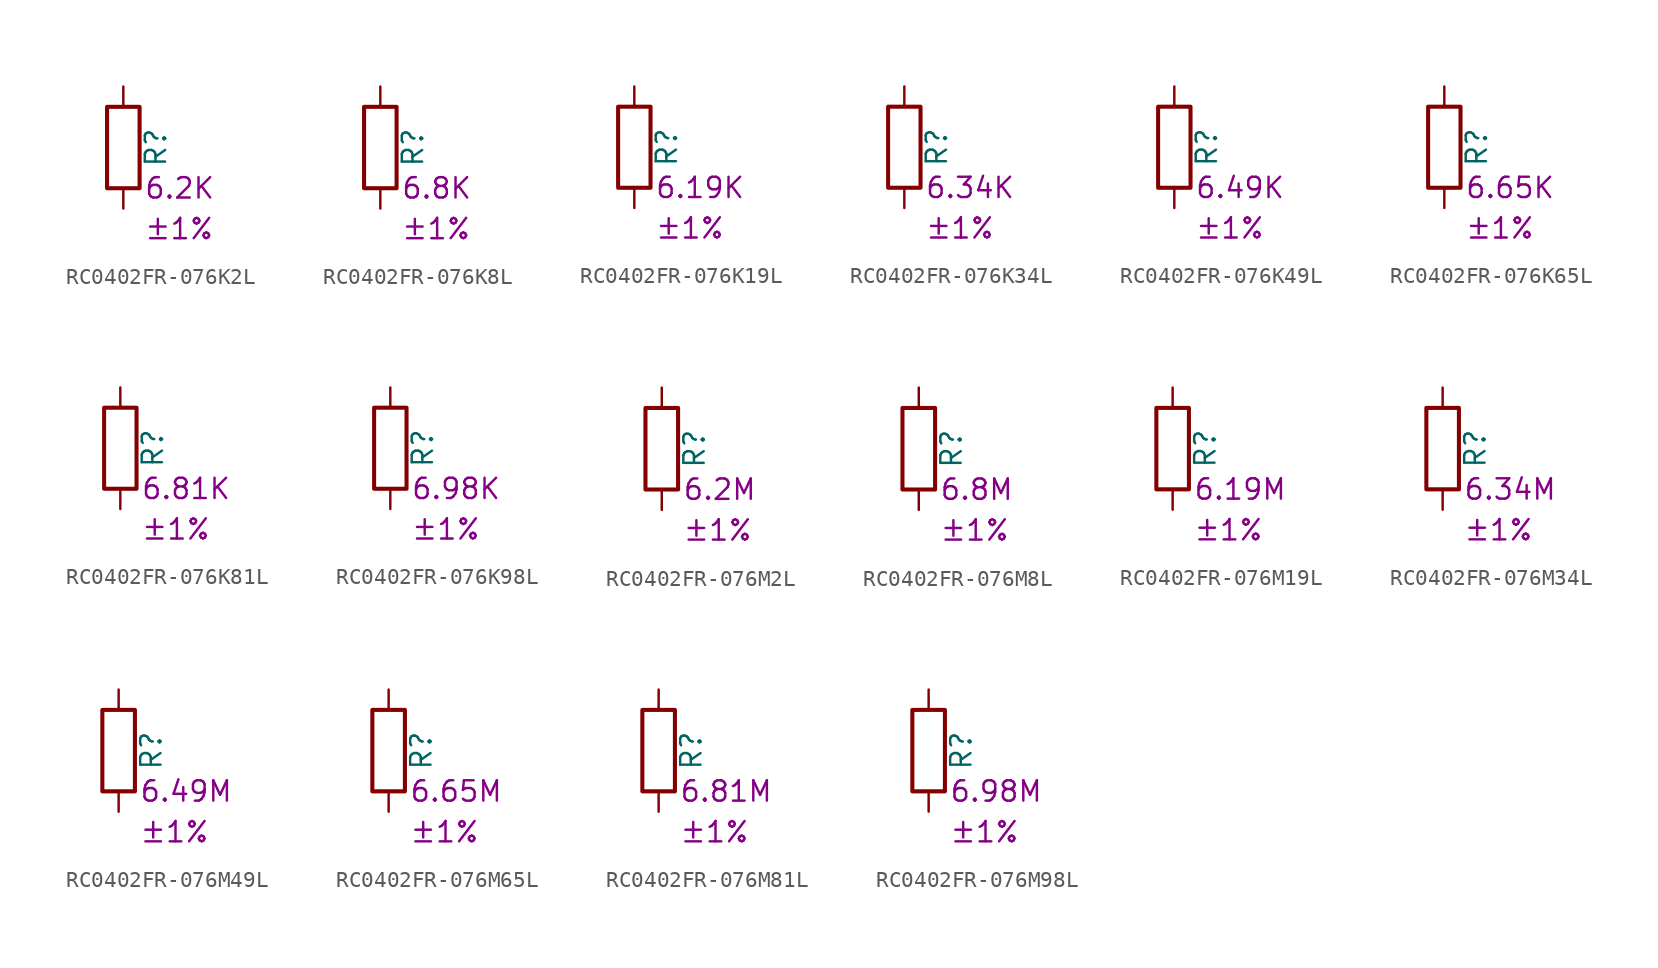
<source format=kicad_sym>
(kicad_symbol_lib
  (version 20220914)
  (generator kicad_symbol_editor)
  (symbol "RC0402FR-076K2L"
    (pin_numbers hide)
    (pin_names
      (offset 0))
    (property "Reference" "R"
      (at 2.032 0 90)
      (effects (font (size 1.27 1.27))))
    (property "Resistance" "6.2K"
      (at 1.27 -2.54 0)
      (effects (font (size 1.27 1.27)) (justify left)))
    (property "Tolerance" "±1%"
      (at 1.27 -5.08 0)
      (effects (font (size 1.27 1.27)) (justify left)))
    (symbol "RC0402FR-076K2L_0_1"
      (rectangle (start -1.016 -2.54) (end 1.016 2.54) (stroke (width 0.254) (type default)) (fill (type none))))
    (symbol "RC0402FR-076K2L_1_1"
      (pin passive line (at 0 3.81 270) (length 1.27) (name "~" (effects (font (size 1.27 1.27)))) (number "1" (effects (font (size 1.27 1.27)))))
      (pin passive line (at 0 -3.81 90) (length 1.27) (name "~" (effects (font (size 1.27 1.27)))) (number "2" (effects (font (size 1.27 1.27)))))))
  (symbol "RC0402FR-076K8L"
    (pin_numbers hide)
    (pin_names
      (offset 0))
    (property "Reference" "R"
      (at 2.032 0 90)
      (effects (font (size 1.27 1.27))))
    (property "Resistance" "6.8K"
      (at 1.27 -2.54 0)
      (effects (font (size 1.27 1.27)) (justify left)))
    (property "Tolerance" "±1%"
      (at 1.27 -5.08 0)
      (effects (font (size 1.27 1.27)) (justify left)))
    (symbol "RC0402FR-076K8L_0_1"
      (rectangle (start -1.016 -2.54) (end 1.016 2.54) (stroke (width 0.254) (type default)) (fill (type none))))
    (symbol "RC0402FR-076K8L_1_1"
      (pin passive line (at 0 3.81 270) (length 1.27) (name "~" (effects (font (size 1.27 1.27)))) (number "1" (effects (font (size 1.27 1.27)))))
      (pin passive line (at 0 -3.81 90) (length 1.27) (name "~" (effects (font (size 1.27 1.27)))) (number "2" (effects (font (size 1.27 1.27)))))))
  (symbol "RC0402FR-076K19L"
    (pin_numbers hide)
    (pin_names
      (offset 0))
    (property "Reference" "R"
      (at 2.032 0 90)
      (effects (font (size 1.27 1.27))))
    (property "Resistance" "6.19K"
      (at 1.27 -2.54 0)
      (effects (font (size 1.27 1.27)) (justify left)))
    (property "Tolerance" "±1%"
      (at 1.27 -5.08 0)
      (effects (font (size 1.27 1.27)) (justify left)))
    (symbol "RC0402FR-076K19L_0_1"
      (rectangle (start -1.016 -2.54) (end 1.016 2.54) (stroke (width 0.254) (type default)) (fill (type none))))
    (symbol "RC0402FR-076K19L_1_1"
      (pin passive line (at 0 3.81 270) (length 1.27) (name "~" (effects (font (size 1.27 1.27)))) (number "1" (effects (font (size 1.27 1.27)))))
      (pin passive line (at 0 -3.81 90) (length 1.27) (name "~" (effects (font (size 1.27 1.27)))) (number "2" (effects (font (size 1.27 1.27)))))))
  (symbol "RC0402FR-076K34L"
    (pin_numbers hide)
    (pin_names
      (offset 0))
    (property "Reference" "R"
      (at 2.032 0 90)
      (effects (font (size 1.27 1.27))))
    (property "Resistance" "6.34K"
      (at 1.27 -2.54 0)
      (effects (font (size 1.27 1.27)) (justify left)))
    (property "Tolerance" "±1%"
      (at 1.27 -5.08 0)
      (effects (font (size 1.27 1.27)) (justify left)))
    (symbol "RC0402FR-076K34L_0_1"
      (rectangle (start -1.016 -2.54) (end 1.016 2.54) (stroke (width 0.254) (type default)) (fill (type none))))
    (symbol "RC0402FR-076K34L_1_1"
      (pin passive line (at 0 3.81 270) (length 1.27) (name "~" (effects (font (size 1.27 1.27)))) (number "1" (effects (font (size 1.27 1.27)))))
      (pin passive line (at 0 -3.81 90) (length 1.27) (name "~" (effects (font (size 1.27 1.27)))) (number "2" (effects (font (size 1.27 1.27)))))))
  (symbol "RC0402FR-076K49L"
    (pin_numbers hide)
    (pin_names
      (offset 0))
    (property "Reference" "R"
      (at 2.032 0 90)
      (effects (font (size 1.27 1.27))))
    (property "Resistance" "6.49K"
      (at 1.27 -2.54 0)
      (effects (font (size 1.27 1.27)) (justify left)))
    (property "Tolerance" "±1%"
      (at 1.27 -5.08 0)
      (effects (font (size 1.27 1.27)) (justify left)))
    (symbol "RC0402FR-076K49L_0_1"
      (rectangle (start -1.016 -2.54) (end 1.016 2.54) (stroke (width 0.254) (type default)) (fill (type none))))
    (symbol "RC0402FR-076K49L_1_1"
      (pin passive line (at 0 3.81 270) (length 1.27) (name "~" (effects (font (size 1.27 1.27)))) (number "1" (effects (font (size 1.27 1.27)))))
      (pin passive line (at 0 -3.81 90) (length 1.27) (name "~" (effects (font (size 1.27 1.27)))) (number "2" (effects (font (size 1.27 1.27)))))))
  (symbol "RC0402FR-076K65L"
    (pin_numbers hide)
    (pin_names
      (offset 0))
    (property "Reference" "R"
      (at 2.032 0 90)
      (effects (font (size 1.27 1.27))))
    (property "Resistance" "6.65K"
      (at 1.27 -2.54 0)
      (effects (font (size 1.27 1.27)) (justify left)))
    (property "Tolerance" "±1%"
      (at 1.27 -5.08 0)
      (effects (font (size 1.27 1.27)) (justify left)))
    (symbol "RC0402FR-076K65L_0_1"
      (rectangle (start -1.016 -2.54) (end 1.016 2.54) (stroke (width 0.254) (type default)) (fill (type none))))
    (symbol "RC0402FR-076K65L_1_1"
      (pin passive line (at 0 3.81 270) (length 1.27) (name "~" (effects (font (size 1.27 1.27)))) (number "1" (effects (font (size 1.27 1.27)))))
      (pin passive line (at 0 -3.81 90) (length 1.27) (name "~" (effects (font (size 1.27 1.27)))) (number "2" (effects (font (size 1.27 1.27)))))))
  (symbol "RC0402FR-076K81L"
    (pin_numbers hide)
    (pin_names
      (offset 0))
    (property "Reference" "R"
      (at 2.032 0 90)
      (effects (font (size 1.27 1.27))))
    (property "Resistance" "6.81K"
      (at 1.27 -2.54 0)
      (effects (font (size 1.27 1.27)) (justify left)))
    (property "Tolerance" "±1%"
      (at 1.27 -5.08 0)
      (effects (font (size 1.27 1.27)) (justify left)))
    (symbol "RC0402FR-076K81L_0_1"
      (rectangle (start -1.016 -2.54) (end 1.016 2.54) (stroke (width 0.254) (type default)) (fill (type none))))
    (symbol "RC0402FR-076K81L_1_1"
      (pin passive line (at 0 3.81 270) (length 1.27) (name "~" (effects (font (size 1.27 1.27)))) (number "1" (effects (font (size 1.27 1.27)))))
      (pin passive line (at 0 -3.81 90) (length 1.27) (name "~" (effects (font (size 1.27 1.27)))) (number "2" (effects (font (size 1.27 1.27)))))))
  (symbol "RC0402FR-076K98L"
    (pin_numbers hide)
    (pin_names
      (offset 0))
    (property "Reference" "R"
      (at 2.032 0 90)
      (effects (font (size 1.27 1.27))))
    (property "Resistance" "6.98K"
      (at 1.27 -2.54 0)
      (effects (font (size 1.27 1.27)) (justify left)))
    (property "Tolerance" "±1%"
      (at 1.27 -5.08 0)
      (effects (font (size 1.27 1.27)) (justify left)))
    (symbol "RC0402FR-076K98L_0_1"
      (rectangle (start -1.016 -2.54) (end 1.016 2.54) (stroke (width 0.254) (type default)) (fill (type none))))
    (symbol "RC0402FR-076K98L_1_1"
      (pin passive line (at 0 3.81 270) (length 1.27) (name "~" (effects (font (size 1.27 1.27)))) (number "1" (effects (font (size 1.27 1.27)))))
      (pin passive line (at 0 -3.81 90) (length 1.27) (name "~" (effects (font (size 1.27 1.27)))) (number "2" (effects (font (size 1.27 1.27)))))))
  (symbol "RC0402FR-076M2L"
    (pin_numbers hide)
    (pin_names
      (offset 0))
    (property "Reference" "R"
      (at 2.032 0 90)
      (effects (font (size 1.27 1.27))))
    (property "Resistance" "6.2M"
      (at 1.27 -2.54 0)
      (effects (font (size 1.27 1.27)) (justify left)))
    (property "Tolerance" "±1%"
      (at 1.27 -5.08 0)
      (effects (font (size 1.27 1.27)) (justify left)))
    (symbol "RC0402FR-076M2L_0_1"
      (rectangle (start -1.016 -2.54) (end 1.016 2.54) (stroke (width 0.254) (type default)) (fill (type none))))
    (symbol "RC0402FR-076M2L_1_1"
      (pin passive line (at 0 3.81 270) (length 1.27) (name "~" (effects (font (size 1.27 1.27)))) (number "1" (effects (font (size 1.27 1.27)))))
      (pin passive line (at 0 -3.81 90) (length 1.27) (name "~" (effects (font (size 1.27 1.27)))) (number "2" (effects (font (size 1.27 1.27)))))))
  (symbol "RC0402FR-076M8L"
    (pin_numbers hide)
    (pin_names
      (offset 0))
    (property "Reference" "R"
      (at 2.032 0 90)
      (effects (font (size 1.27 1.27))))
    (property "Resistance" "6.8M"
      (at 1.27 -2.54 0)
      (effects (font (size 1.27 1.27)) (justify left)))
    (property "Tolerance" "±1%"
      (at 1.27 -5.08 0)
      (effects (font (size 1.27 1.27)) (justify left)))
    (symbol "RC0402FR-076M8L_0_1"
      (rectangle (start -1.016 -2.54) (end 1.016 2.54) (stroke (width 0.254) (type default)) (fill (type none))))
    (symbol "RC0402FR-076M8L_1_1"
      (pin passive line (at 0 3.81 270) (length 1.27) (name "~" (effects (font (size 1.27 1.27)))) (number "1" (effects (font (size 1.27 1.27)))))
      (pin passive line (at 0 -3.81 90) (length 1.27) (name "~" (effects (font (size 1.27 1.27)))) (number "2" (effects (font (size 1.27 1.27)))))))
  (symbol "RC0402FR-076M19L"
    (pin_numbers hide)
    (pin_names
      (offset 0))
    (property "Reference" "R"
      (at 2.032 0 90)
      (effects (font (size 1.27 1.27))))
    (property "Resistance" "6.19M"
      (at 1.27 -2.54 0)
      (effects (font (size 1.27 1.27)) (justify left)))
    (property "Tolerance" "±1%"
      (at 1.27 -5.08 0)
      (effects (font (size 1.27 1.27)) (justify left)))
    (symbol "RC0402FR-076M19L_0_1"
      (rectangle (start -1.016 -2.54) (end 1.016 2.54) (stroke (width 0.254) (type default)) (fill (type none))))
    (symbol "RC0402FR-076M19L_1_1"
      (pin passive line (at 0 3.81 270) (length 1.27) (name "~" (effects (font (size 1.27 1.27)))) (number "1" (effects (font (size 1.27 1.27)))))
      (pin passive line (at 0 -3.81 90) (length 1.27) (name "~" (effects (font (size 1.27 1.27)))) (number "2" (effects (font (size 1.27 1.27)))))))
  (symbol "RC0402FR-076M34L"
    (pin_numbers hide)
    (pin_names
      (offset 0))
    (property "Reference" "R"
      (at 2.032 0 90)
      (effects (font (size 1.27 1.27))))
    (property "Resistance" "6.34M"
      (at 1.27 -2.54 0)
      (effects (font (size 1.27 1.27)) (justify left)))
    (property "Tolerance" "±1%"
      (at 1.27 -5.08 0)
      (effects (font (size 1.27 1.27)) (justify left)))
    (symbol "RC0402FR-076M34L_0_1"
      (rectangle (start -1.016 -2.54) (end 1.016 2.54) (stroke (width 0.254) (type default)) (fill (type none))))
    (symbol "RC0402FR-076M34L_1_1"
      (pin passive line (at 0 3.81 270) (length 1.27) (name "~" (effects (font (size 1.27 1.27)))) (number "1" (effects (font (size 1.27 1.27)))))
      (pin passive line (at 0 -3.81 90) (length 1.27) (name "~" (effects (font (size 1.27 1.27)))) (number "2" (effects (font (size 1.27 1.27)))))))
  (symbol "RC0402FR-076M49L"
    (pin_numbers hide)
    (pin_names
      (offset 0))
    (property "Reference" "R"
      (at 2.032 0 90)
      (effects (font (size 1.27 1.27))))
    (property "Resistance" "6.49M"
      (at 1.27 -2.54 0)
      (effects (font (size 1.27 1.27)) (justify left)))
    (property "Tolerance" "±1%"
      (at 1.27 -5.08 0)
      (effects (font (size 1.27 1.27)) (justify left)))
    (symbol "RC0402FR-076M49L_0_1"
      (rectangle (start -1.016 -2.54) (end 1.016 2.54) (stroke (width 0.254) (type default)) (fill (type none))))
    (symbol "RC0402FR-076M49L_1_1"
      (pin passive line (at 0 3.81 270) (length 1.27) (name "~" (effects (font (size 1.27 1.27)))) (number "1" (effects (font (size 1.27 1.27)))))
      (pin passive line (at 0 -3.81 90) (length 1.27) (name "~" (effects (font (size 1.27 1.27)))) (number "2" (effects (font (size 1.27 1.27)))))))
  (symbol "RC0402FR-076M65L"
    (pin_numbers hide)
    (pin_names
      (offset 0))
    (property "Reference" "R"
      (at 2.032 0 90)
      (effects (font (size 1.27 1.27))))
    (property "Resistance" "6.65M"
      (at 1.27 -2.54 0)
      (effects (font (size 1.27 1.27)) (justify left)))
    (property "Tolerance" "±1%"
      (at 1.27 -5.08 0)
      (effects (font (size 1.27 1.27)) (justify left)))
    (symbol "RC0402FR-076M65L_0_1"
      (rectangle (start -1.016 -2.54) (end 1.016 2.54) (stroke (width 0.254) (type default)) (fill (type none))))
    (symbol "RC0402FR-076M65L_1_1"
      (pin passive line (at 0 3.81 270) (length 1.27) (name "~" (effects (font (size 1.27 1.27)))) (number "1" (effects (font (size 1.27 1.27)))))
      (pin passive line (at 0 -3.81 90) (length 1.27) (name "~" (effects (font (size 1.27 1.27)))) (number "2" (effects (font (size 1.27 1.27)))))))
  (symbol "RC0402FR-076M81L"
    (pin_numbers hide)
    (pin_names
      (offset 0))
    (property "Reference" "R"
      (at 2.032 0 90)
      (effects (font (size 1.27 1.27))))
    (property "Resistance" "6.81M"
      (at 1.27 -2.54 0)
      (effects (font (size 1.27 1.27)) (justify left)))
    (property "Tolerance" "±1%"
      (at 1.27 -5.08 0)
      (effects (font (size 1.27 1.27)) (justify left)))
    (symbol "RC0402FR-076M81L_0_1"
      (rectangle (start -1.016 -2.54) (end 1.016 2.54) (stroke (width 0.254) (type default)) (fill (type none))))
    (symbol "RC0402FR-076M81L_1_1"
      (pin passive line (at 0 3.81 270) (length 1.27) (name "~" (effects (font (size 1.27 1.27)))) (number "1" (effects (font (size 1.27 1.27)))))
      (pin passive line (at 0 -3.81 90) (length 1.27) (name "~" (effects (font (size 1.27 1.27)))) (number "2" (effects (font (size 1.27 1.27)))))))
  (symbol "RC0402FR-076M98L"
    (pin_numbers hide)
    (pin_names
      (offset 0))
    (property "Reference" "R"
      (at 2.032 0 90)
      (effects (font (size 1.27 1.27))))
    (property "Resistance" "6.98M"
      (at 1.27 -2.54 0)
      (effects (font (size 1.27 1.27)) (justify left)))
    (property "Tolerance" "±1%"
      (at 1.27 -5.08 0)
      (effects (font (size 1.27 1.27)) (justify left)))
    (symbol "RC0402FR-076M98L_0_1"
      (rectangle (start -1.016 -2.54) (end 1.016 2.54) (stroke (width 0.254) (type default)) (fill (type none))))
    (symbol "RC0402FR-076M98L_1_1"
      (pin passive line (at 0 3.81 270) (length 1.27) (name "~" (effects (font (size 1.27 1.27)))) (number "1" (effects (font (size 1.27 1.27)))))
      (pin passive line (at 0 -3.81 90) (length 1.27) (name "~" (effects (font (size 1.27 1.27)))) (number "2" (effects (font (size 1.27 1.27))))))))
</source>
